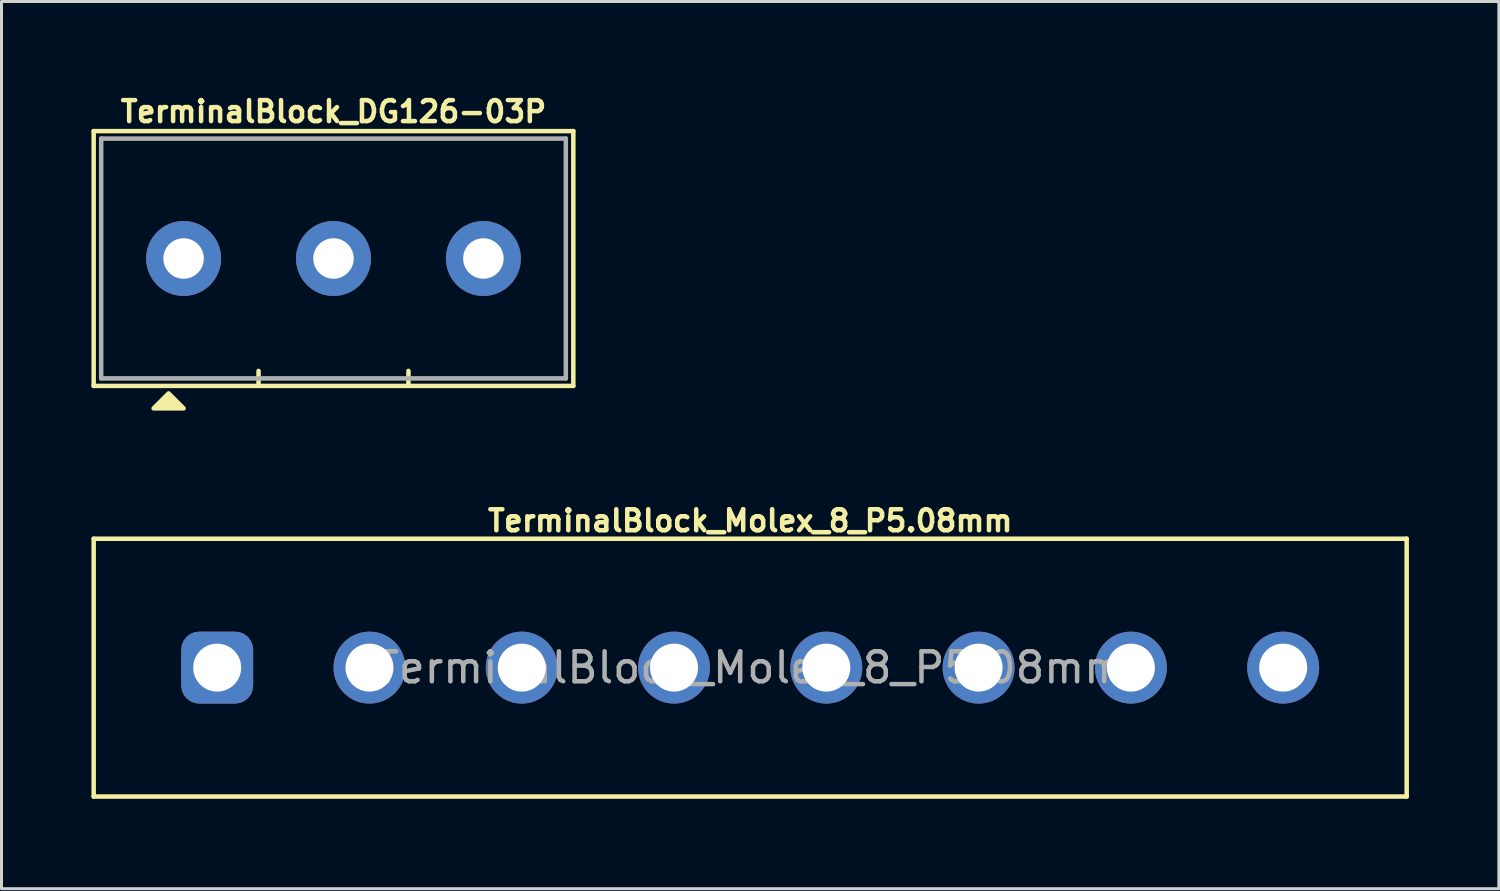
<source format=kicad_pcb>
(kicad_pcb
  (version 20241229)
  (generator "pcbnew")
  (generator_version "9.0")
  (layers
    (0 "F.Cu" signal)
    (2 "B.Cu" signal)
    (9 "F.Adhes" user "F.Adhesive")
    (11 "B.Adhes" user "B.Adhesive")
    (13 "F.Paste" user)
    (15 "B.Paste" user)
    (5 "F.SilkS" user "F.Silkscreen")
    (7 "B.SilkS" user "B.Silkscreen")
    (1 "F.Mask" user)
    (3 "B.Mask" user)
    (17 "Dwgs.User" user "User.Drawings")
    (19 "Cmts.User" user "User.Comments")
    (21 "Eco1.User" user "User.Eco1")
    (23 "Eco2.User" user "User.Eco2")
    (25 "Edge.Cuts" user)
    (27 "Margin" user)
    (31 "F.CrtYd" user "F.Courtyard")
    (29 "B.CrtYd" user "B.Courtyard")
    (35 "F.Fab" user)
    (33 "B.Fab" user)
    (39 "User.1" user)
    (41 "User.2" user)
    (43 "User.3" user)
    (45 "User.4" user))
  (footprint "TerminalBlock_DG126-03P"
    (layer "F.Cu")
    (at 8.075 5.573)
    (property "Reference" "TerminalBlock_DG126-03P" (at 0 -4.9 0) (layer "F.SilkS") (effects (font (size 0.7 0.7) (thickness 0.15))))
    (attr through_hole)
    (fp_line (start -8 -4.25) (end 8 -4.25) (stroke (width 0.15) (type solid)) (layer "F.SilkS"))
    (fp_line (start -8 4.25) (end -8 -4.25) (stroke (width 0.15) (type solid)) (layer "F.SilkS"))
    (fp_line (start -2.5 4.25) (end -2.5 3.75) (stroke (width 0.15) (type solid)) (layer "F.SilkS"))
    (fp_line (start 2.5 4.25) (end 2.5 3.75) (stroke (width 0.15) (type solid)) (layer "F.SilkS"))
    (fp_line (start 8 -4.25) (end 8 4.25) (stroke (width 0.15) (type solid)) (layer "F.SilkS"))
    (fp_line (start 8 4.25) (end -8 4.25) (stroke (width 0.15) (type solid)) (layer "F.SilkS"))
    (fp_poly (pts (xy -5.5 4.5) (xy -6 5) (xy -5 5)) (stroke (width 0.15) (type solid)) (fill yes) (layer "F.SilkS"))
    (fp_line (start -7.75 -4) (end 7.75 -4) (stroke (width 0.15) (type solid)) (layer "F.Fab"))
    (fp_line (start -7.75 4) (end -7.75 -4) (stroke (width 0.15) (type solid)) (layer "F.Fab"))
    (fp_line (start 7.75 -4) (end 7.75 4) (stroke (width 0.15) (type solid)) (layer "F.Fab"))
    (fp_line (start 7.75 4) (end -7.75 4) (stroke (width 0.15) (type solid)) (layer "F.Fab"))
    (pad "1" thru_hole circle (at -5 0) (size 2.5 2.5) (drill 1.35) (layers "*.Cu" "*.Mask"))
    (pad "2" thru_hole circle (at 0 0) (size 2.5 2.5) (drill 1.35) (layers "*.Cu" "*.Mask"))
    (pad "3" thru_hole circle (at 5 0) (size 2.5 2.5) (drill 1.35) (layers "*.Cu" "*.Mask")))
  (footprint "TerminalBlock_Molex_8_P5.08mm"
    (layer "F.Cu")
    (at 21.975 19.221)
    (property "Reference" "TerminalBlock_Molex_8_P5.08mm" (at 0 -4.9 0) (layer "F.SilkS") (effects (font (size 0.7 0.7) (thickness 0.15))))
    (attr through_hole)
    (fp_line (start -21.9 -4.3) (end -21.9 4.3) (stroke (width 0.15) (type solid)) (layer "F.SilkS"))
    (fp_line (start -21.9 4.3) (end 21.9 4.3) (stroke (width 0.15) (type solid)) (layer "F.SilkS"))
    (fp_line (start 21.9 -4.3) (end -21.9 -4.3) (stroke (width 0.15) (type solid)) (layer "F.SilkS"))
    (fp_line (start 21.9 4.3) (end 21.9 -4.3) (stroke (width 0.15) (type solid)) (layer "F.SilkS"))
    (fp_text user "${REFERENCE}" (at 0 0 0) (layer "F.Fab") (effects (font (size 1 1) (thickness 0.15))))
    (pad "1" thru_hole roundrect (at -17.78 0) (size 2.4 2.4) (drill 1.6) (layers "*.Cu" "*.Mask") (roundrect_rratio 0.25))
    (pad "2" thru_hole circle (at -12.7 0) (size 2.4 2.4) (drill 1.6) (layers "*.Cu" "*.Mask"))
    (pad "3" thru_hole circle (at -7.62 0) (size 2.4 2.4) (drill 1.6) (layers "*.Cu" "*.Mask"))
    (pad "4" thru_hole circle (at -2.54 0) (size 2.4 2.4) (drill 1.6) (layers "*.Cu" "*.Mask"))
    (pad "5" thru_hole circle (at 2.54 0) (size 2.4 2.4) (drill 1.6) (layers "*.Cu" "*.Mask"))
    (pad "6" thru_hole circle (at 7.62 0) (size 2.4 2.4) (drill 1.6) (layers "*.Cu" "*.Mask"))
    (pad "7" thru_hole circle (at 12.7 0) (size 2.4 2.4) (drill 1.6) (layers "*.Cu" "*.Mask"))
    (pad "8" thru_hole circle (at 17.78 0) (size 2.4 2.4) (drill 1.6) (layers "*.Cu" "*.Mask")))
  (gr_rect
    (start -3 -3)
    (end 46.95 26.596)
    (stroke (width 0.1) (type default))
    (fill no)
    (layer "Edge.Cuts")))
</source>
